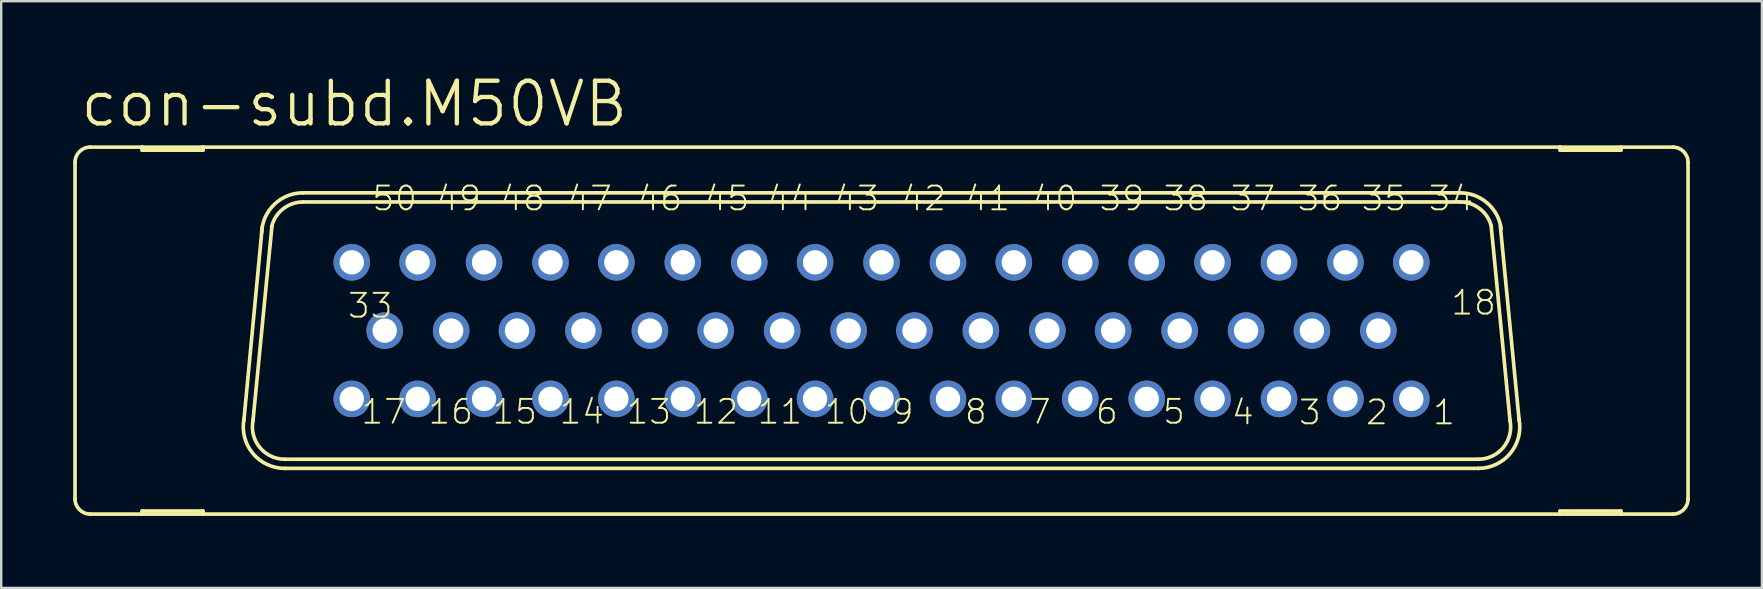
<source format=kicad_pcb>
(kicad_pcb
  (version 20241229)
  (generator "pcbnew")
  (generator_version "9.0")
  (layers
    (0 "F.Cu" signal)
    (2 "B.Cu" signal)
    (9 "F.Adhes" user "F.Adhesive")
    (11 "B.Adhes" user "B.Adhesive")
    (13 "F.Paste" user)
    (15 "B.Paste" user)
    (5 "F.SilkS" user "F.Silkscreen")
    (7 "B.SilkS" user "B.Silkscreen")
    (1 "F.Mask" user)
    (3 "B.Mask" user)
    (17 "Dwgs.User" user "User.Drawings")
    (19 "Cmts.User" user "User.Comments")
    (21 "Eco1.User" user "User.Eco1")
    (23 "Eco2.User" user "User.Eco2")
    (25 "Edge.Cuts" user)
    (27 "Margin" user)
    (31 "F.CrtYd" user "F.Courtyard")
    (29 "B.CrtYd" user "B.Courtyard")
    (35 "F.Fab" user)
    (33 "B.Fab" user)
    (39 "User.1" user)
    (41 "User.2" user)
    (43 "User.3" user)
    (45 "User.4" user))
  (footprint "con-subd.M50VB"
    (layer "F.Cu")
    (at 33.68 10.725)
    (property "Reference" "con-subd.M50VB" (at -33.477 -8.407 0) (layer "F.SilkS") (effects (font (size 1.778 1.778) (thickness 0.18)) (justify left bottom)))
    (attr through_hole)
    (fp_line (start -33.604 7.01) (end -33.604 -7.01) (stroke (width 0.152) (type default)) (layer "F.SilkS"))
    (fp_line (start -32.969 7.645) (end -30.81 7.645) (stroke (width 0.152) (type default)) (layer "F.SilkS"))
    (fp_line (start -30.81 -7.645) (end -32.969 -7.645) (stroke (width 0.152) (type default)) (layer "F.SilkS"))
    (fp_line (start -30.81 -7.518) (end -30.81 -7.645) (stroke (width 0.152) (type default)) (layer "F.SilkS"))
    (fp_line (start -30.81 7.518) (end -30.81 7.645) (stroke (width 0.152) (type default)) (layer "F.SilkS"))
    (fp_line (start -30.81 7.645) (end -28.27 7.645) (stroke (width 0.152) (type default)) (layer "F.SilkS"))
    (fp_line (start -28.27 -7.645) (end -30.81 -7.645) (stroke (width 0.152) (type default)) (layer "F.SilkS"))
    (fp_line (start -28.27 -7.645) (end -28.27 -7.518) (stroke (width 0.152) (type default)) (layer "F.SilkS"))
    (fp_line (start -28.27 -7.518) (end -30.81 -7.518) (stroke (width 0.152) (type default)) (layer "F.SilkS"))
    (fp_line (start -28.27 7.518) (end -30.81 7.518) (stroke (width 0.152) (type default)) (layer "F.SilkS"))
    (fp_line (start -28.27 7.645) (end -28.27 7.518) (stroke (width 0.152) (type default)) (layer "F.SilkS"))
    (fp_line (start -28.27 7.645) (end 28.27 7.645) (stroke (width 0.152) (type default)) (layer "F.SilkS"))
    (fp_line (start -26.568 3.734) (end -25.806 -4.293) (stroke (width 0.152) (type default)) (layer "F.SilkS"))
    (fp_line (start -26.187 3.734) (end -25.4 -4.343) (stroke (width 0.152) (type default)) (layer "F.SilkS"))
    (fp_line (start 24.105 -5.74) (end -24.105 -5.74) (stroke (width 0.152) (type default)) (layer "F.SilkS"))
    (fp_line (start 24.105 -5.359) (end -24.105 -5.359) (stroke (width 0.152) (type default)) (layer "F.SilkS"))
    (fp_line (start 24.867 5.359) (end -24.867 5.359) (stroke (width 0.152) (type default)) (layer "F.SilkS"))
    (fp_line (start 24.867 5.74) (end -24.867 5.74) (stroke (width 0.152) (type default)) (layer "F.SilkS"))
    (fp_line (start 25.4 -4.369) (end 26.187 3.759) (stroke (width 0.152) (type default)) (layer "F.SilkS"))
    (fp_line (start 25.781 -4.369) (end 26.568 3.759) (stroke (width 0.152) (type default)) (layer "F.SilkS"))
    (fp_line (start 28.27 -7.645) (end -28.27 -7.645) (stroke (width 0.152) (type default)) (layer "F.SilkS"))
    (fp_line (start 28.27 -7.518) (end 28.27 -7.645) (stroke (width 0.152) (type default)) (layer "F.SilkS"))
    (fp_line (start 28.27 7.518) (end 28.27 7.645) (stroke (width 0.152) (type default)) (layer "F.SilkS"))
    (fp_line (start 28.27 7.645) (end 30.81 7.645) (stroke (width 0.152) (type default)) (layer "F.SilkS"))
    (fp_line (start 30.81 -7.645) (end 28.27 -7.645) (stroke (width 0.152) (type default)) (layer "F.SilkS"))
    (fp_line (start 30.81 -7.645) (end 30.81 -7.518) (stroke (width 0.152) (type default)) (layer "F.SilkS"))
    (fp_line (start 30.81 -7.518) (end 28.27 -7.518) (stroke (width 0.152) (type default)) (layer "F.SilkS"))
    (fp_line (start 30.81 7.518) (end 28.27 7.518) (stroke (width 0.152) (type default)) (layer "F.SilkS"))
    (fp_line (start 30.81 7.645) (end 30.81 7.518) (stroke (width 0.152) (type default)) (layer "F.SilkS"))
    (fp_line (start 30.81 7.645) (end 32.969 7.645) (stroke (width 0.152) (type default)) (layer "F.SilkS"))
    (fp_line (start 32.969 -7.645) (end 30.81 -7.645) (stroke (width 0.152) (type default)) (layer "F.SilkS"))
    (fp_line (start 33.604 7.01) (end 33.604 -7.01) (stroke (width 0.152) (type default)) (layer "F.SilkS"))
    (fp_arc (start -33.6042 -7.0104) (mid -33.418213 -7.459413) (end -32.9692 -7.6454) (stroke (width 0.1524) (type default)) (layer "F.SilkS"))
    (fp_arc (start -32.9692 7.6454) (mid -33.418213 7.459413) (end -33.6042 7.0104) (stroke (width 0.1524) (type default)) (layer "F.SilkS"))
    (fp_arc (start -25.8289 -4.1073) (mid -25.291966 -5.267228) (end -24.1046 -5.7404) (stroke (width 0.1524) (type default)) (layer "F.SilkS"))
    (fp_arc (start -25.4133 -4.3274) (mid -24.937856 -5.070274) (end -24.1046 -5.3594) (stroke (width 0.1524) (type default)) (layer "F.SilkS"))
    (fp_arc (start -24.8666 5.3594) (mid -25.915156 4.857584) (end -26.1821 3.7262) (stroke (width 0.1524) (type default)) (layer "F.SilkS"))
    (fp_arc (start -24.8666 5.7404) (mid -26.202412 5.108267) (end -26.5606 3.6745) (stroke (width 0.1524) (type default)) (layer "F.SilkS"))
    (fp_arc (start 24.1046 -5.7404) (mid 25.242311 -5.312712) (end 25.8166 -4.2415) (stroke (width 0.1524) (type default)) (layer "F.SilkS"))
    (fp_arc (start 24.1046 -5.3594) (mid 24.9281 -5.078146) (end 25.4075 -4.3519) (stroke (width 0.1524) (type default)) (layer "F.SilkS"))
    (fp_arc (start 26.1867 3.7492) (mid 25.907682 4.866684) (end 24.8666 5.3594) (stroke (width 0.1524) (type default)) (layer "F.SilkS"))
    (fp_arc (start 26.5603 3.6745) (mid 26.202317 5.108241) (end 24.8666 5.7404) (stroke (width 0.1524) (type default)) (layer "F.SilkS"))
    (fp_arc (start 32.9692 -7.6454) (mid 33.418213 -7.459413) (end 33.6042 -7.0104) (stroke (width 0.1524) (type default)) (layer "F.SilkS"))
    (fp_arc (start 33.6042 7.0104) (mid 33.418213 7.459413) (end 32.9692 7.6454) (stroke (width 0.1524) (type default)) (layer "F.SilkS"))
    (fp_circle (center -22.073 -2.845) (end -21.819 -2.845) (stroke (width 0.406) (type default)) (fill no) (layer "F.Fab"))
    (fp_circle (center -22.073 2.845) (end -21.819 2.845) (stroke (width 0.406) (type default)) (fill no) (layer "F.Fab"))
    (fp_circle (center -20.701 0) (end -20.447 0) (stroke (width 0.406) (type default)) (fill no) (layer "F.Fab"))
    (fp_circle (center -19.329 -2.845) (end -19.075 -2.845) (stroke (width 0.406) (type default)) (fill no) (layer "F.Fab"))
    (fp_circle (center -19.329 2.845) (end -19.075 2.845) (stroke (width 0.406) (type default)) (fill no) (layer "F.Fab"))
    (fp_circle (center -17.932 0) (end -17.678 0) (stroke (width 0.406) (type default)) (fill no) (layer "F.Fab"))
    (fp_circle (center -16.561 -2.845) (end -16.307 -2.845) (stroke (width 0.406) (type default)) (fill no) (layer "F.Fab"))
    (fp_circle (center -16.561 2.845) (end -16.307 2.845) (stroke (width 0.406) (type default)) (fill no) (layer "F.Fab"))
    (fp_circle (center -15.189 0) (end -14.935 0) (stroke (width 0.406) (type default)) (fill no) (layer "F.Fab"))
    (fp_circle (center -13.792 -2.845) (end -13.538 -2.845) (stroke (width 0.406) (type default)) (fill no) (layer "F.Fab"))
    (fp_circle (center -13.792 2.845) (end -13.538 2.845) (stroke (width 0.406) (type default)) (fill no) (layer "F.Fab"))
    (fp_circle (center -12.421 0) (end -12.167 0) (stroke (width 0.406) (type default)) (fill no) (layer "F.Fab"))
    (fp_circle (center -11.049 -2.845) (end -10.795 -2.845) (stroke (width 0.406) (type default)) (fill no) (layer "F.Fab"))
    (fp_circle (center -11.049 2.845) (end -10.795 2.845) (stroke (width 0.406) (type default)) (fill no) (layer "F.Fab"))
    (fp_circle (center -9.652 0) (end -9.398 0) (stroke (width 0.406) (type default)) (fill no) (layer "F.Fab"))
    (fp_circle (center -8.28 -2.845) (end -8.026 -2.845) (stroke (width 0.406) (type default)) (fill no) (layer "F.Fab"))
    (fp_circle (center -8.28 2.845) (end -8.026 2.845) (stroke (width 0.406) (type default)) (fill no) (layer "F.Fab"))
    (fp_circle (center -6.909 0) (end -6.655 0) (stroke (width 0.406) (type default)) (fill no) (layer "F.Fab"))
    (fp_circle (center -5.512 -2.845) (end -5.258 -2.845) (stroke (width 0.406) (type default)) (fill no) (layer "F.Fab"))
    (fp_circle (center -5.512 2.845) (end -5.258 2.845) (stroke (width 0.406) (type default)) (fill no) (layer "F.Fab"))
    (fp_circle (center -4.14 0) (end -3.886 0) (stroke (width 0.406) (type default)) (fill no) (layer "F.Fab"))
    (fp_circle (center -2.769 -2.845) (end -2.515 -2.845) (stroke (width 0.406) (type default)) (fill no) (layer "F.Fab"))
    (fp_circle (center -2.769 2.845) (end -2.515 2.845) (stroke (width 0.406) (type default)) (fill no) (layer "F.Fab"))
    (fp_circle (center -1.372 0) (end -1.118 0) (stroke (width 0.406) (type default)) (fill no) (layer "F.Fab"))
    (fp_circle (center 0 -2.845) (end 0.254 -2.845) (stroke (width 0.406) (type default)) (fill no) (layer "F.Fab"))
    (fp_circle (center 0 2.845) (end 0.254 2.845) (stroke (width 0.406) (type default)) (fill no) (layer "F.Fab"))
    (fp_circle (center 1.372 0) (end 1.626 0) (stroke (width 0.406) (type default)) (fill no) (layer "F.Fab"))
    (fp_circle (center 2.769 -2.845) (end 3.023 -2.845) (stroke (width 0.406) (type default)) (fill no) (layer "F.Fab"))
    (fp_circle (center 2.769 2.845) (end 3.023 2.845) (stroke (width 0.406) (type default)) (fill no) (layer "F.Fab"))
    (fp_circle (center 4.14 0) (end 4.394 0) (stroke (width 0.406) (type default)) (fill no) (layer "F.Fab"))
    (fp_circle (center 5.512 -2.845) (end 5.766 -2.845) (stroke (width 0.406) (type default)) (fill no) (layer "F.Fab"))
    (fp_circle (center 5.512 2.845) (end 5.766 2.845) (stroke (width 0.406) (type default)) (fill no) (layer "F.Fab"))
    (fp_circle (center 6.909 0) (end 7.163 0) (stroke (width 0.406) (type default)) (fill no) (layer "F.Fab"))
    (fp_circle (center 8.28 -2.845) (end 8.534 -2.845) (stroke (width 0.406) (type default)) (fill no) (layer "F.Fab"))
    (fp_circle (center 8.28 2.845) (end 8.534 2.845) (stroke (width 0.406) (type default)) (fill no) (layer "F.Fab"))
    (fp_circle (center 9.652 0) (end 9.906 0) (stroke (width 0.406) (type default)) (fill no) (layer "F.Fab"))
    (fp_circle (center 11.049 -2.845) (end 11.303 -2.845) (stroke (width 0.406) (type default)) (fill no) (layer "F.Fab"))
    (fp_circle (center 11.049 2.845) (end 11.303 2.845) (stroke (width 0.406) (type default)) (fill no) (layer "F.Fab"))
    (fp_circle (center 12.421 0) (end 12.675 0) (stroke (width 0.406) (type default)) (fill no) (layer "F.Fab"))
    (fp_circle (center 13.792 -2.845) (end 14.046 -2.845) (stroke (width 0.406) (type default)) (fill no) (layer "F.Fab"))
    (fp_circle (center 13.792 2.845) (end 14.046 2.845) (stroke (width 0.406) (type default)) (fill no) (layer "F.Fab"))
    (fp_circle (center 15.189 0) (end 15.443 0) (stroke (width 0.406) (type default)) (fill no) (layer "F.Fab"))
    (fp_circle (center 16.561 -2.845) (end 16.815 -2.845) (stroke (width 0.406) (type default)) (fill no) (layer "F.Fab"))
    (fp_circle (center 16.561 2.845) (end 16.815 2.845) (stroke (width 0.406) (type default)) (fill no) (layer "F.Fab"))
    (fp_circle (center 17.932 0) (end 18.186 0) (stroke (width 0.406) (type default)) (fill no) (layer "F.Fab"))
    (fp_circle (center 19.329 -2.845) (end 19.583 -2.845) (stroke (width 0.406) (type default)) (fill no) (layer "F.Fab"))
    (fp_circle (center 19.329 2.845) (end 19.583 2.845) (stroke (width 0.406) (type default)) (fill no) (layer "F.Fab"))
    (fp_circle (center 20.701 0) (end 20.955 0) (stroke (width 0.406) (type default)) (fill no) (layer "F.Fab"))
    (fp_circle (center 22.073 -2.845) (end 22.327 -2.845) (stroke (width 0.406) (type default)) (fill no) (layer "F.Fab"))
    (fp_circle (center 22.073 2.845) (end 22.327 2.845) (stroke (width 0.406) (type default)) (fill no) (layer "F.Fab"))
    (fp_text user "48" (at -15.951 -4.928 180) (layer "F.SilkS") (effects (font (size 0.991 0.991) (thickness 0.08)) (justify left bottom)))
    (fp_text user "40" (at 6.223 -4.928 180) (layer "F.SilkS") (effects (font (size 0.991 0.991) (thickness 0.08)) (justify left bottom)))
    (fp_text user "45" (at -7.442 -4.928 180) (layer "F.SilkS") (effects (font (size 0.991 0.991) (thickness 0.08)) (justify left bottom)))
    (fp_text user "12" (at -7.899 3.962 180) (layer "F.SilkS") (effects (font (size 0.991 0.991) (thickness 0.08)) (justify left bottom)))
    (fp_text user "2" (at 20.117 3.988 180) (layer "F.SilkS") (effects (font (size 0.991 0.991) (thickness 0.08)) (justify left bottom)))
    (fp_text user "47" (at -13.157 -4.928 180) (layer "F.SilkS") (effects (font (size 0.991 0.991) (thickness 0.08)) (justify left bottom)))
    (fp_text user "7" (at 6.071 3.962 180) (layer "F.SilkS") (effects (font (size 0.991 0.991) (thickness 0.08)) (justify left bottom)))
    (fp_text user "1" (at 22.911 3.988 180) (layer "F.SilkS") (effects (font (size 0.991 0.991) (thickness 0.08)) (justify left bottom)))
    (fp_text user "33" (at -22.301 -0.457 180) (layer "F.SilkS") (effects (font (size 0.991 0.991) (thickness 0.08)) (justify left bottom)))
    (fp_text user "50" (at -21.285 -4.928 180) (layer "F.SilkS") (effects (font (size 0.991 0.991) (thickness 0.08)) (justify left bottom)))
    (fp_text user "41" (at 3.429 -4.928 180) (layer "F.SilkS") (effects (font (size 0.991 0.991) (thickness 0.08)) (justify left bottom)))
    (fp_text user "18" (at 23.673 -0.584 180) (layer "F.SilkS") (effects (font (size 0.991 0.991) (thickness 0.08)) (justify left bottom)))
    (fp_text user "36" (at 17.272 -4.928 180) (layer "F.SilkS") (effects (font (size 0.991 0.991) (thickness 0.08)) (justify left bottom)))
    (fp_text user "37" (at 14.478 -4.928 180) (layer "F.SilkS") (effects (font (size 0.991 0.991) (thickness 0.08)) (justify left bottom)))
    (fp_text user "49" (at -18.618 -4.928 180) (layer "F.SilkS") (effects (font (size 0.991 0.991) (thickness 0.08)) (justify left bottom)))
    (fp_text user "15" (at -16.281 3.962 180) (layer "F.SilkS") (effects (font (size 0.991 0.991) (thickness 0.08)) (justify left bottom)))
    (fp_text user "44" (at -4.826 -4.928 180) (layer "F.SilkS") (effects (font (size 0.991 0.991) (thickness 0.08)) (justify left bottom)))
    (fp_text user "16" (at -18.948 3.962 180) (layer "F.SilkS") (effects (font (size 0.991 0.991) (thickness 0.08)) (justify left bottom)))
    (fp_text user "3" (at 17.323 3.988 180) (layer "F.SilkS") (effects (font (size 0.991 0.991) (thickness 0.08)) (justify left bottom)))
    (fp_text user "39" (at 9.017 -4.928 180) (layer "F.SilkS") (effects (font (size 0.991 0.991) (thickness 0.08)) (justify left bottom)))
    (fp_text user "8" (at 3.404 3.962 180) (layer "F.SilkS") (effects (font (size 0.991 0.991) (thickness 0.08)) (justify left bottom)))
    (fp_text user "14" (at -13.487 3.962 180) (layer "F.SilkS") (effects (font (size 0.991 0.991) (thickness 0.08)) (justify left bottom)))
    (fp_text user "42" (at 0.762 -4.928 180) (layer "F.SilkS") (effects (font (size 0.991 0.991) (thickness 0.08)) (justify left bottom)))
    (fp_text user "34" (at 22.733 -4.928 180) (layer "F.SilkS") (effects (font (size 0.991 0.991) (thickness 0.08)) (justify left bottom)))
    (fp_text user "9" (at 0.356 3.962 180) (layer "F.SilkS") (effects (font (size 0.991 0.991) (thickness 0.08)) (justify left bottom)))
    (fp_text user "13" (at -10.693 3.962 180) (layer "F.SilkS") (effects (font (size 0.991 0.991) (thickness 0.08)) (justify left bottom)))
    (fp_text user "10" (at -2.438 3.962 180) (layer "F.SilkS") (effects (font (size 0.991 0.991) (thickness 0.08)) (justify left bottom)))
    (fp_text user "35" (at 19.939 -4.928 180) (layer "F.SilkS") (effects (font (size 0.991 0.991) (thickness 0.08)) (justify left bottom)))
    (fp_text user "43" (at -2.032 -4.928 180) (layer "F.SilkS") (effects (font (size 0.991 0.991) (thickness 0.08)) (justify left bottom)))
    (fp_text user "11" (at -5.232 3.962 180) (layer "F.SilkS") (effects (font (size 0.991 0.991) (thickness 0.08)) (justify left bottom)))
    (fp_text user "4" (at 14.529 3.988 180) (layer "F.SilkS") (effects (font (size 0.991 0.991) (thickness 0.08)) (justify left bottom)))
    (fp_text user "5" (at 11.659 3.962 180) (layer "F.SilkS") (effects (font (size 0.991 0.991) (thickness 0.08)) (justify left bottom)))
    (fp_text user "17" (at -21.742 3.962 180) (layer "F.SilkS") (effects (font (size 0.991 0.991) (thickness 0.08)) (justify left bottom)))
    (fp_text user "38" (at 11.684 -4.928 180) (layer "F.SilkS") (effects (font (size 0.991 0.991) (thickness 0.08)) (justify left bottom)))
    (fp_text user "46" (at -10.236 -4.928 180) (layer "F.SilkS") (effects (font (size 0.991 0.991) (thickness 0.08)) (justify left bottom)))
    (fp_text user "6" (at 8.865 3.962 180) (layer "F.SilkS") (effects (font (size 0.991 0.991) (thickness 0.08)) (justify left bottom)))
    (pad "1" thru_hole circle (at 22.073 2.845) (size 1.524 1.524) (drill 1.016) (layers "*.Cu" "*.Mask"))
    (pad "2" thru_hole circle (at 19.329 2.845) (size 1.524 1.524) (drill 1.016) (layers "*.Cu" "*.Mask"))
    (pad "3" thru_hole circle (at 16.561 2.845) (size 1.524 1.524) (drill 1.016) (layers "*.Cu" "*.Mask"))
    (pad "4" thru_hole circle (at 13.792 2.845) (size 1.524 1.524) (drill 1.016) (layers "*.Cu" "*.Mask"))
    (pad "5" thru_hole circle (at 11.049 2.845) (size 1.524 1.524) (drill 1.016) (layers "*.Cu" "*.Mask"))
    (pad "6" thru_hole circle (at 8.28 2.845) (size 1.524 1.524) (drill 1.016) (layers "*.Cu" "*.Mask"))
    (pad "7" thru_hole circle (at 5.512 2.845) (size 1.524 1.524) (drill 1.016) (layers "*.Cu" "*.Mask"))
    (pad "8" thru_hole circle (at 2.769 2.845) (size 1.524 1.524) (drill 1.016) (layers "*.Cu" "*.Mask"))
    (pad "9" thru_hole circle (at 0 2.845) (size 1.524 1.524) (drill 1.016) (layers "*.Cu" "*.Mask"))
    (pad "10" thru_hole circle (at -2.769 2.845) (size 1.524 1.524) (drill 1.016) (layers "*.Cu" "*.Mask"))
    (pad "11" thru_hole circle (at -5.512 2.845) (size 1.524 1.524) (drill 1.016) (layers "*.Cu" "*.Mask"))
    (pad "12" thru_hole circle (at -8.28 2.845) (size 1.524 1.524) (drill 1.016) (layers "*.Cu" "*.Mask"))
    (pad "13" thru_hole circle (at -11.049 2.845) (size 1.524 1.524) (drill 1.016) (layers "*.Cu" "*.Mask"))
    (pad "14" thru_hole circle (at -13.792 2.845) (size 1.524 1.524) (drill 1.016) (layers "*.Cu" "*.Mask"))
    (pad "15" thru_hole circle (at -16.561 2.845) (size 1.524 1.524) (drill 1.016) (layers "*.Cu" "*.Mask"))
    (pad "16" thru_hole circle (at -19.329 2.845) (size 1.524 1.524) (drill 1.016) (layers "*.Cu" "*.Mask"))
    (pad "17" thru_hole circle (at -22.073 2.845) (size 1.524 1.524) (drill 1.016) (layers "*.Cu" "*.Mask"))
    (pad "18" thru_hole circle (at 20.701 0) (size 1.524 1.524) (drill 1.016) (layers "*.Cu" "*.Mask"))
    (pad "19" thru_hole circle (at 17.932 0) (size 1.524 1.524) (drill 1.016) (layers "*.Cu" "*.Mask"))
    (pad "20" thru_hole circle (at 15.189 0) (size 1.524 1.524) (drill 1.016) (layers "*.Cu" "*.Mask"))
    (pad "21" thru_hole circle (at 12.421 0) (size 1.524 1.524) (drill 1.016) (layers "*.Cu" "*.Mask"))
    (pad "22" thru_hole circle (at 9.652 0) (size 1.524 1.524) (drill 1.016) (layers "*.Cu" "*.Mask"))
    (pad "23" thru_hole circle (at 6.909 0) (size 1.524 1.524) (drill 1.016) (layers "*.Cu" "*.Mask"))
    (pad "24" thru_hole circle (at 4.14 0) (size 1.524 1.524) (drill 1.016) (layers "*.Cu" "*.Mask"))
    (pad "25" thru_hole circle (at 1.372 0) (size 1.524 1.524) (drill 1.016) (layers "*.Cu" "*.Mask"))
    (pad "26" thru_hole circle (at -1.372 0) (size 1.524 1.524) (drill 1.016) (layers "*.Cu" "*.Mask"))
    (pad "27" thru_hole circle (at -4.14 0) (size 1.524 1.524) (drill 1.016) (layers "*.Cu" "*.Mask"))
    (pad "28" thru_hole circle (at -6.909 0) (size 1.524 1.524) (drill 1.016) (layers "*.Cu" "*.Mask"))
    (pad "29" thru_hole circle (at -9.652 0) (size 1.524 1.524) (drill 1.016) (layers "*.Cu" "*.Mask"))
    (pad "30" thru_hole circle (at -12.421 0) (size 1.524 1.524) (drill 1.016) (layers "*.Cu" "*.Mask"))
    (pad "31" thru_hole circle (at -15.189 0) (size 1.524 1.524) (drill 1.016) (layers "*.Cu" "*.Mask"))
    (pad "32" thru_hole circle (at -17.932 0) (size 1.524 1.524) (drill 1.016) (layers "*.Cu" "*.Mask"))
    (pad "33" thru_hole circle (at -20.701 0) (size 1.524 1.524) (drill 1.016) (layers "*.Cu" "*.Mask"))
    (pad "34" thru_hole circle (at 22.073 -2.845) (size 1.524 1.524) (drill 1.016) (layers "*.Cu" "*.Mask"))
    (pad "35" thru_hole circle (at 19.329 -2.845) (size 1.524 1.524) (drill 1.016) (layers "*.Cu" "*.Mask"))
    (pad "36" thru_hole circle (at 16.561 -2.845) (size 1.524 1.524) (drill 1.016) (layers "*.Cu" "*.Mask"))
    (pad "37" thru_hole circle (at 13.792 -2.845) (size 1.524 1.524) (drill 1.016) (layers "*.Cu" "*.Mask"))
    (pad "38" thru_hole circle (at 11.049 -2.845) (size 1.524 1.524) (drill 1.016) (layers "*.Cu" "*.Mask"))
    (pad "39" thru_hole circle (at 8.28 -2.845) (size 1.524 1.524) (drill 1.016) (layers "*.Cu" "*.Mask"))
    (pad "40" thru_hole circle (at 5.512 -2.845) (size 1.524 1.524) (drill 1.016) (layers "*.Cu" "*.Mask"))
    (pad "41" thru_hole circle (at 2.769 -2.845) (size 1.524 1.524) (drill 1.016) (layers "*.Cu" "*.Mask"))
    (pad "42" thru_hole circle (at 0 -2.845) (size 1.524 1.524) (drill 1.016) (layers "*.Cu" "*.Mask"))
    (pad "43" thru_hole circle (at -2.769 -2.845) (size 1.524 1.524) (drill 1.016) (layers "*.Cu" "*.Mask"))
    (pad "44" thru_hole circle (at -5.512 -2.845) (size 1.524 1.524) (drill 1.016) (layers "*.Cu" "*.Mask"))
    (pad "45" thru_hole circle (at -8.28 -2.845) (size 1.524 1.524) (drill 1.016) (layers "*.Cu" "*.Mask"))
    (pad "46" thru_hole circle (at -11.049 -2.845) (size 1.524 1.524) (drill 1.016) (layers "*.Cu" "*.Mask"))
    (pad "47" thru_hole circle (at -13.792 -2.845) (size 1.524 1.524) (drill 1.016) (layers "*.Cu" "*.Mask"))
    (pad "48" thru_hole circle (at -16.561 -2.845) (size 1.524 1.524) (drill 1.016) (layers "*.Cu" "*.Mask"))
    (pad "49" thru_hole circle (at -19.329 -2.845) (size 1.524 1.524) (drill 1.016) (layers "*.Cu" "*.Mask"))
    (pad "50" thru_hole circle (at -22.073 -2.845) (size 1.524 1.524) (drill 1.016) (layers "*.Cu" "*.Mask")))
  (gr_rect
    (start -3 -3)
    (end 70.361 21.447)
    (stroke (width 0.1) (type default))
    (fill no)
    (layer "Edge.Cuts")))
</source>
